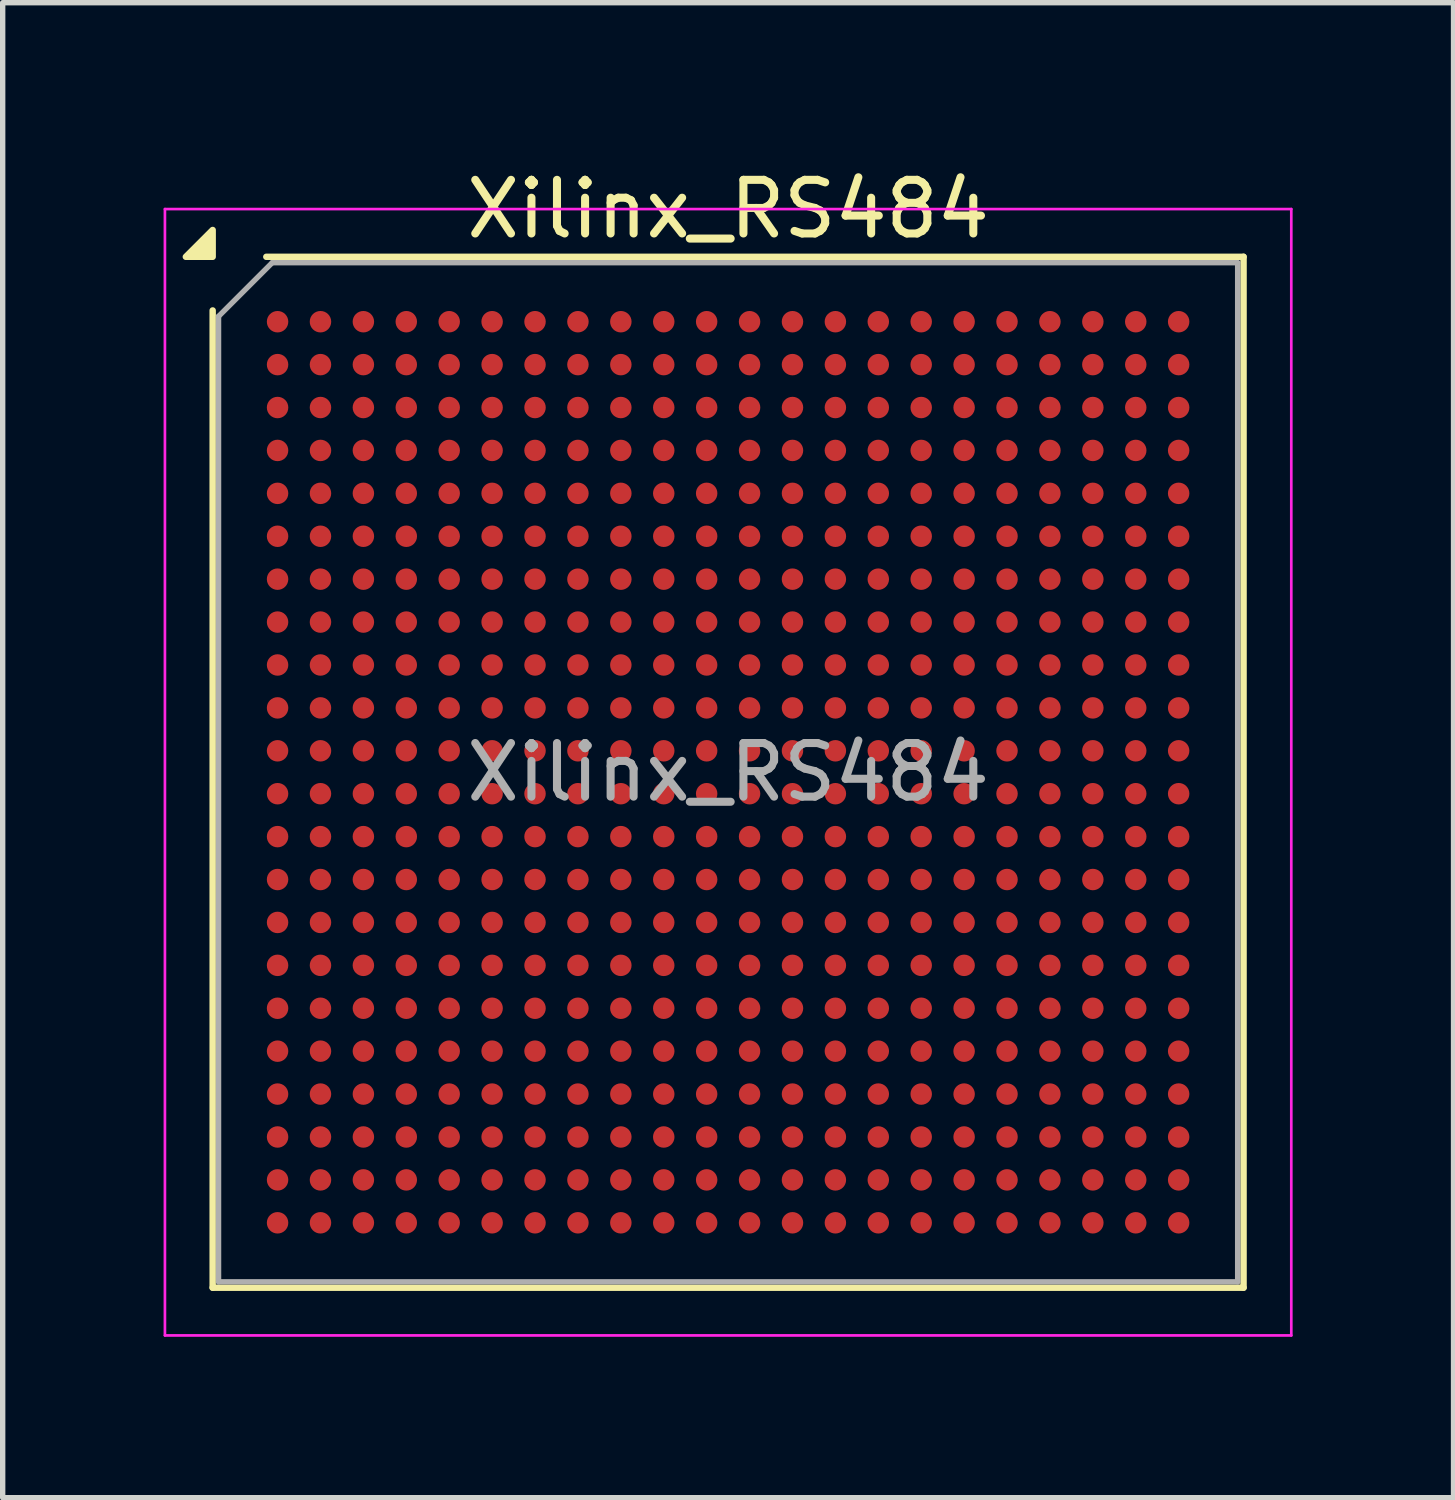
<source format=kicad_pcb>
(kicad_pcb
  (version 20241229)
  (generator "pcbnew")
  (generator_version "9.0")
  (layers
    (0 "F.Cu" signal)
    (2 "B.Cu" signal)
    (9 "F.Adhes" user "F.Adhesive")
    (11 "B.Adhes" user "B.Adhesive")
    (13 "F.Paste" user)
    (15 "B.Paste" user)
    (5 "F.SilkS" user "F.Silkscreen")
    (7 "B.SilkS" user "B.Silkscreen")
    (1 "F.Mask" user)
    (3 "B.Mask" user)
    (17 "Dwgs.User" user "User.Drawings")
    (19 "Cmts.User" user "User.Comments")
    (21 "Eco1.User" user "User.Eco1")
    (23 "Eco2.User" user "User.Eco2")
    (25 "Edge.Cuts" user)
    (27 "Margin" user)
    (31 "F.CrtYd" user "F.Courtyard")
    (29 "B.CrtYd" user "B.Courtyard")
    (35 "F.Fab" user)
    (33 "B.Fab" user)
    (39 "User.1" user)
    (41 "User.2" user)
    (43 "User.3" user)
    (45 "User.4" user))
  (footprint "Xilinx_RS484"
    (layer "F.Cu")
    (at 10.525 11.348)
    (property "Reference" "Xilinx_RS484" (at 0 -10.5 0) (layer "F.SilkS") (effects (font (size 1 1) (thickness 0.15))))
    (attr smd)
    (fp_line (start -9.61 9.61) (end -9.61 -8.61) (stroke (width 0.12) (type solid)) (layer "F.SilkS"))
    (fp_line (start -8.61 -9.61) (end 9.61 -9.61) (stroke (width 0.12) (type solid)) (layer "F.SilkS"))
    (fp_line (start 9.61 -9.61) (end 9.61 9.61) (stroke (width 0.12) (type solid)) (layer "F.SilkS"))
    (fp_line (start 9.61 9.61) (end -9.61 9.61) (stroke (width 0.12) (type solid)) (layer "F.SilkS"))
    (fp_poly (pts (xy -9.61 -9.61) (xy -10.11 -9.61) (xy -9.61 -10.11)) (stroke (width 0.12) (type solid)) (fill yes) (layer "F.SilkS"))
    (fp_line (start -10.5 -10.5) (end -10.5 10.5) (stroke (width 0.05) (type solid)) (layer "F.CrtYd"))
    (fp_line (start -10.5 10.5) (end 10.5 10.5) (stroke (width 0.05) (type solid)) (layer "F.CrtYd"))
    (fp_line (start 10.5 -10.5) (end -10.5 -10.5) (stroke (width 0.05) (type solid)) (layer "F.CrtYd"))
    (fp_line (start 10.5 10.5) (end 10.5 -10.5) (stroke (width 0.05) (type solid)) (layer "F.CrtYd"))
    (fp_line (start -9.5 -8.5) (end -8.5 -9.5) (stroke (width 0.1) (type solid)) (layer "F.Fab"))
    (fp_line (start -9.5 9.5) (end -9.5 -8.5) (stroke (width 0.1) (type solid)) (layer "F.Fab"))
    (fp_line (start -8.5 -9.5) (end 9.5 -9.5) (stroke (width 0.1) (type solid)) (layer "F.Fab"))
    (fp_line (start 9.5 -9.5) (end 9.5 9.5) (stroke (width 0.1) (type solid)) (layer "F.Fab"))
    (fp_line (start 9.5 9.5) (end -9.5 9.5) (stroke (width 0.1) (type solid)) (layer "F.Fab"))
    (fp_text user "${REFERENCE}" (at 0 0 0) (layer "F.Fab") (effects (font (size 1 1) (thickness 0.15))))
    (pad "A1" smd circle (at -8.4 -8.4) (size 0.4 0.4) (property pad_prop_bga) (layers "F.Cu" "F.Mask" "F.Paste"))
    (pad "A2" smd circle (at -7.6 -8.4) (size 0.4 0.4) (property pad_prop_bga) (layers "F.Cu" "F.Mask" "F.Paste"))
    (pad "A3" smd circle (at -6.8 -8.4) (size 0.4 0.4) (property pad_prop_bga) (layers "F.Cu" "F.Mask" "F.Paste"))
    (pad "A4" smd circle (at -6 -8.4) (size 0.4 0.4) (property pad_prop_bga) (layers "F.Cu" "F.Mask" "F.Paste"))
    (pad "A5" smd circle (at -5.2 -8.4) (size 0.4 0.4) (property pad_prop_bga) (layers "F.Cu" "F.Mask" "F.Paste"))
    (pad "A6" smd circle (at -4.4 -8.4) (size 0.4 0.4) (property pad_prop_bga) (layers "F.Cu" "F.Mask" "F.Paste"))
    (pad "A7" smd circle (at -3.6 -8.4) (size 0.4 0.4) (property pad_prop_bga) (layers "F.Cu" "F.Mask" "F.Paste"))
    (pad "A8" smd circle (at -2.8 -8.4) (size 0.4 0.4) (property pad_prop_bga) (layers "F.Cu" "F.Mask" "F.Paste"))
    (pad "A9" smd circle (at -2 -8.4) (size 0.4 0.4) (property pad_prop_bga) (layers "F.Cu" "F.Mask" "F.Paste"))
    (pad "A10" smd circle (at -1.2 -8.4) (size 0.4 0.4) (property pad_prop_bga) (layers "F.Cu" "F.Mask" "F.Paste"))
    (pad "A11" smd circle (at -0.4 -8.4) (size 0.4 0.4) (property pad_prop_bga) (layers "F.Cu" "F.Mask" "F.Paste"))
    (pad "A12" smd circle (at 0.4 -8.4) (size 0.4 0.4) (property pad_prop_bga) (layers "F.Cu" "F.Mask" "F.Paste"))
    (pad "A13" smd circle (at 1.2 -8.4) (size 0.4 0.4) (property pad_prop_bga) (layers "F.Cu" "F.Mask" "F.Paste"))
    (pad "A14" smd circle (at 2 -8.4) (size 0.4 0.4) (property pad_prop_bga) (layers "F.Cu" "F.Mask" "F.Paste"))
    (pad "A15" smd circle (at 2.8 -8.4) (size 0.4 0.4) (property pad_prop_bga) (layers "F.Cu" "F.Mask" "F.Paste"))
    (pad "A16" smd circle (at 3.6 -8.4) (size 0.4 0.4) (property pad_prop_bga) (layers "F.Cu" "F.Mask" "F.Paste"))
    (pad "A17" smd circle (at 4.4 -8.4) (size 0.4 0.4) (property pad_prop_bga) (layers "F.Cu" "F.Mask" "F.Paste"))
    (pad "A18" smd circle (at 5.2 -8.4) (size 0.4 0.4) (property pad_prop_bga) (layers "F.Cu" "F.Mask" "F.Paste"))
    (pad "A19" smd circle (at 6 -8.4) (size 0.4 0.4) (property pad_prop_bga) (layers "F.Cu" "F.Mask" "F.Paste"))
    (pad "A20" smd circle (at 6.8 -8.4) (size 0.4 0.4) (property pad_prop_bga) (layers "F.Cu" "F.Mask" "F.Paste"))
    (pad "A21" smd circle (at 7.6 -8.4) (size 0.4 0.4) (property pad_prop_bga) (layers "F.Cu" "F.Mask" "F.Paste"))
    (pad "A22" smd circle (at 8.4 -8.4) (size 0.4 0.4) (property pad_prop_bga) (layers "F.Cu" "F.Mask" "F.Paste"))
    (pad "AA1" smd circle (at -8.4 7.6) (size 0.4 0.4) (property pad_prop_bga) (layers "F.Cu" "F.Mask" "F.Paste"))
    (pad "AA2" smd circle (at -7.6 7.6) (size 0.4 0.4) (property pad_prop_bga) (layers "F.Cu" "F.Mask" "F.Paste"))
    (pad "AA3" smd circle (at -6.8 7.6) (size 0.4 0.4) (property pad_prop_bga) (layers "F.Cu" "F.Mask" "F.Paste"))
    (pad "AA4" smd circle (at -6 7.6) (size 0.4 0.4) (property pad_prop_bga) (layers "F.Cu" "F.Mask" "F.Paste"))
    (pad "AA5" smd circle (at -5.2 7.6) (size 0.4 0.4) (property pad_prop_bga) (layers "F.Cu" "F.Mask" "F.Paste"))
    (pad "AA6" smd circle (at -4.4 7.6) (size 0.4 0.4) (property pad_prop_bga) (layers "F.Cu" "F.Mask" "F.Paste"))
    (pad "AA7" smd circle (at -3.6 7.6) (size 0.4 0.4) (property pad_prop_bga) (layers "F.Cu" "F.Mask" "F.Paste"))
    (pad "AA8" smd circle (at -2.8 7.6) (size 0.4 0.4) (property pad_prop_bga) (layers "F.Cu" "F.Mask" "F.Paste"))
    (pad "AA9" smd circle (at -2 7.6) (size 0.4 0.4) (property pad_prop_bga) (layers "F.Cu" "F.Mask" "F.Paste"))
    (pad "AA10" smd circle (at -1.2 7.6) (size 0.4 0.4) (property pad_prop_bga) (layers "F.Cu" "F.Mask" "F.Paste"))
    (pad "AA11" smd circle (at -0.4 7.6) (size 0.4 0.4) (property pad_prop_bga) (layers "F.Cu" "F.Mask" "F.Paste"))
    (pad "AA12" smd circle (at 0.4 7.6) (size 0.4 0.4) (property pad_prop_bga) (layers "F.Cu" "F.Mask" "F.Paste"))
    (pad "AA13" smd circle (at 1.2 7.6) (size 0.4 0.4) (property pad_prop_bga) (layers "F.Cu" "F.Mask" "F.Paste"))
    (pad "AA14" smd circle (at 2 7.6) (size 0.4 0.4) (property pad_prop_bga) (layers "F.Cu" "F.Mask" "F.Paste"))
    (pad "AA15" smd circle (at 2.8 7.6) (size 0.4 0.4) (property pad_prop_bga) (layers "F.Cu" "F.Mask" "F.Paste"))
    (pad "AA16" smd circle (at 3.6 7.6) (size 0.4 0.4) (property pad_prop_bga) (layers "F.Cu" "F.Mask" "F.Paste"))
    (pad "AA17" smd circle (at 4.4 7.6) (size 0.4 0.4) (property pad_prop_bga) (layers "F.Cu" "F.Mask" "F.Paste"))
    (pad "AA18" smd circle (at 5.2 7.6) (size 0.4 0.4) (property pad_prop_bga) (layers "F.Cu" "F.Mask" "F.Paste"))
    (pad "AA19" smd circle (at 6 7.6) (size 0.4 0.4) (property pad_prop_bga) (layers "F.Cu" "F.Mask" "F.Paste"))
    (pad "AA20" smd circle (at 6.8 7.6) (size 0.4 0.4) (property pad_prop_bga) (layers "F.Cu" "F.Mask" "F.Paste"))
    (pad "AA21" smd circle (at 7.6 7.6) (size 0.4 0.4) (property pad_prop_bga) (layers "F.Cu" "F.Mask" "F.Paste"))
    (pad "AA22" smd circle (at 8.4 7.6) (size 0.4 0.4) (property pad_prop_bga) (layers "F.Cu" "F.Mask" "F.Paste"))
    (pad "AB1" smd circle (at -8.4 8.4) (size 0.4 0.4) (property pad_prop_bga) (layers "F.Cu" "F.Mask" "F.Paste"))
    (pad "AB2" smd circle (at -7.6 8.4) (size 0.4 0.4) (property pad_prop_bga) (layers "F.Cu" "F.Mask" "F.Paste"))
    (pad "AB3" smd circle (at -6.8 8.4) (size 0.4 0.4) (property pad_prop_bga) (layers "F.Cu" "F.Mask" "F.Paste"))
    (pad "AB4" smd circle (at -6 8.4) (size 0.4 0.4) (property pad_prop_bga) (layers "F.Cu" "F.Mask" "F.Paste"))
    (pad "AB5" smd circle (at -5.2 8.4) (size 0.4 0.4) (property pad_prop_bga) (layers "F.Cu" "F.Mask" "F.Paste"))
    (pad "AB6" smd circle (at -4.4 8.4) (size 0.4 0.4) (property pad_prop_bga) (layers "F.Cu" "F.Mask" "F.Paste"))
    (pad "AB7" smd circle (at -3.6 8.4) (size 0.4 0.4) (property pad_prop_bga) (layers "F.Cu" "F.Mask" "F.Paste"))
    (pad "AB8" smd circle (at -2.8 8.4) (size 0.4 0.4) (property pad_prop_bga) (layers "F.Cu" "F.Mask" "F.Paste"))
    (pad "AB9" smd circle (at -2 8.4) (size 0.4 0.4) (property pad_prop_bga) (layers "F.Cu" "F.Mask" "F.Paste"))
    (pad "AB10" smd circle (at -1.2 8.4) (size 0.4 0.4) (property pad_prop_bga) (layers "F.Cu" "F.Mask" "F.Paste"))
    (pad "AB11" smd circle (at -0.4 8.4) (size 0.4 0.4) (property pad_prop_bga) (layers "F.Cu" "F.Mask" "F.Paste"))
    (pad "AB12" smd circle (at 0.4 8.4) (size 0.4 0.4) (property pad_prop_bga) (layers "F.Cu" "F.Mask" "F.Paste"))
    (pad "AB13" smd circle (at 1.2 8.4) (size 0.4 0.4) (property pad_prop_bga) (layers "F.Cu" "F.Mask" "F.Paste"))
    (pad "AB14" smd circle (at 2 8.4) (size 0.4 0.4) (property pad_prop_bga) (layers "F.Cu" "F.Mask" "F.Paste"))
    (pad "AB15" smd circle (at 2.8 8.4) (size 0.4 0.4) (property pad_prop_bga) (layers "F.Cu" "F.Mask" "F.Paste"))
    (pad "AB16" smd circle (at 3.6 8.4) (size 0.4 0.4) (property pad_prop_bga) (layers "F.Cu" "F.Mask" "F.Paste"))
    (pad "AB17" smd circle (at 4.4 8.4) (size 0.4 0.4) (property pad_prop_bga) (layers "F.Cu" "F.Mask" "F.Paste"))
    (pad "AB18" smd circle (at 5.2 8.4) (size 0.4 0.4) (property pad_prop_bga) (layers "F.Cu" "F.Mask" "F.Paste"))
    (pad "AB19" smd circle (at 6 8.4) (size 0.4 0.4) (property pad_prop_bga) (layers "F.Cu" "F.Mask" "F.Paste"))
    (pad "AB20" smd circle (at 6.8 8.4) (size 0.4 0.4) (property pad_prop_bga) (layers "F.Cu" "F.Mask" "F.Paste"))
    (pad "AB21" smd circle (at 7.6 8.4) (size 0.4 0.4) (property pad_prop_bga) (layers "F.Cu" "F.Mask" "F.Paste"))
    (pad "AB22" smd circle (at 8.4 8.4) (size 0.4 0.4) (property pad_prop_bga) (layers "F.Cu" "F.Mask" "F.Paste"))
    (pad "B1" smd circle (at -8.4 -7.6) (size 0.4 0.4) (property pad_prop_bga) (layers "F.Cu" "F.Mask" "F.Paste"))
    (pad "B2" smd circle (at -7.6 -7.6) (size 0.4 0.4) (property pad_prop_bga) (layers "F.Cu" "F.Mask" "F.Paste"))
    (pad "B3" smd circle (at -6.8 -7.6) (size 0.4 0.4) (property pad_prop_bga) (layers "F.Cu" "F.Mask" "F.Paste"))
    (pad "B4" smd circle (at -6 -7.6) (size 0.4 0.4) (property pad_prop_bga) (layers "F.Cu" "F.Mask" "F.Paste"))
    (pad "B5" smd circle (at -5.2 -7.6) (size 0.4 0.4) (property pad_prop_bga) (layers "F.Cu" "F.Mask" "F.Paste"))
    (pad "B6" smd circle (at -4.4 -7.6) (size 0.4 0.4) (property pad_prop_bga) (layers "F.Cu" "F.Mask" "F.Paste"))
    (pad "B7" smd circle (at -3.6 -7.6) (size 0.4 0.4) (property pad_prop_bga) (layers "F.Cu" "F.Mask" "F.Paste"))
    (pad "B8" smd circle (at -2.8 -7.6) (size 0.4 0.4) (property pad_prop_bga) (layers "F.Cu" "F.Mask" "F.Paste"))
    (pad "B9" smd circle (at -2 -7.6) (size 0.4 0.4) (property pad_prop_bga) (layers "F.Cu" "F.Mask" "F.Paste"))
    (pad "B10" smd circle (at -1.2 -7.6) (size 0.4 0.4) (property pad_prop_bga) (layers "F.Cu" "F.Mask" "F.Paste"))
    (pad "B11" smd circle (at -0.4 -7.6) (size 0.4 0.4) (property pad_prop_bga) (layers "F.Cu" "F.Mask" "F.Paste"))
    (pad "B12" smd circle (at 0.4 -7.6) (size 0.4 0.4) (property pad_prop_bga) (layers "F.Cu" "F.Mask" "F.Paste"))
    (pad "B13" smd circle (at 1.2 -7.6) (size 0.4 0.4) (property pad_prop_bga) (layers "F.Cu" "F.Mask" "F.Paste"))
    (pad "B14" smd circle (at 2 -7.6) (size 0.4 0.4) (property pad_prop_bga) (layers "F.Cu" "F.Mask" "F.Paste"))
    (pad "B15" smd circle (at 2.8 -7.6) (size 0.4 0.4) (property pad_prop_bga) (layers "F.Cu" "F.Mask" "F.Paste"))
    (pad "B16" smd circle (at 3.6 -7.6) (size 0.4 0.4) (property pad_prop_bga) (layers "F.Cu" "F.Mask" "F.Paste"))
    (pad "B17" smd circle (at 4.4 -7.6) (size 0.4 0.4) (property pad_prop_bga) (layers "F.Cu" "F.Mask" "F.Paste"))
    (pad "B18" smd circle (at 5.2 -7.6) (size 0.4 0.4) (property pad_prop_bga) (layers "F.Cu" "F.Mask" "F.Paste"))
    (pad "B19" smd circle (at 6 -7.6) (size 0.4 0.4) (property pad_prop_bga) (layers "F.Cu" "F.Mask" "F.Paste"))
    (pad "B20" smd circle (at 6.8 -7.6) (size 0.4 0.4) (property pad_prop_bga) (layers "F.Cu" "F.Mask" "F.Paste"))
    (pad "B21" smd circle (at 7.6 -7.6) (size 0.4 0.4) (property pad_prop_bga) (layers "F.Cu" "F.Mask" "F.Paste"))
    (pad "B22" smd circle (at 8.4 -7.6) (size 0.4 0.4) (property pad_prop_bga) (layers "F.Cu" "F.Mask" "F.Paste"))
    (pad "C1" smd circle (at -8.4 -6.8) (size 0.4 0.4) (property pad_prop_bga) (layers "F.Cu" "F.Mask" "F.Paste"))
    (pad "C2" smd circle (at -7.6 -6.8) (size 0.4 0.4) (property pad_prop_bga) (layers "F.Cu" "F.Mask" "F.Paste"))
    (pad "C3" smd circle (at -6.8 -6.8) (size 0.4 0.4) (property pad_prop_bga) (layers "F.Cu" "F.Mask" "F.Paste"))
    (pad "C4" smd circle (at -6 -6.8) (size 0.4 0.4) (property pad_prop_bga) (layers "F.Cu" "F.Mask" "F.Paste"))
    (pad "C5" smd circle (at -5.2 -6.8) (size 0.4 0.4) (property pad_prop_bga) (layers "F.Cu" "F.Mask" "F.Paste"))
    (pad "C6" smd circle (at -4.4 -6.8) (size 0.4 0.4) (property pad_prop_bga) (layers "F.Cu" "F.Mask" "F.Paste"))
    (pad "C7" smd circle (at -3.6 -6.8) (size 0.4 0.4) (property pad_prop_bga) (layers "F.Cu" "F.Mask" "F.Paste"))
    (pad "C8" smd circle (at -2.8 -6.8) (size 0.4 0.4) (property pad_prop_bga) (layers "F.Cu" "F.Mask" "F.Paste"))
    (pad "C9" smd circle (at -2 -6.8) (size 0.4 0.4) (property pad_prop_bga) (layers "F.Cu" "F.Mask" "F.Paste"))
    (pad "C10" smd circle (at -1.2 -6.8) (size 0.4 0.4) (property pad_prop_bga) (layers "F.Cu" "F.Mask" "F.Paste"))
    (pad "C11" smd circle (at -0.4 -6.8) (size 0.4 0.4) (property pad_prop_bga) (layers "F.Cu" "F.Mask" "F.Paste"))
    (pad "C12" smd circle (at 0.4 -6.8) (size 0.4 0.4) (property pad_prop_bga) (layers "F.Cu" "F.Mask" "F.Paste"))
    (pad "C13" smd circle (at 1.2 -6.8) (size 0.4 0.4) (property pad_prop_bga) (layers "F.Cu" "F.Mask" "F.Paste"))
    (pad "C14" smd circle (at 2 -6.8) (size 0.4 0.4) (property pad_prop_bga) (layers "F.Cu" "F.Mask" "F.Paste"))
    (pad "C15" smd circle (at 2.8 -6.8) (size 0.4 0.4) (property pad_prop_bga) (layers "F.Cu" "F.Mask" "F.Paste"))
    (pad "C16" smd circle (at 3.6 -6.8) (size 0.4 0.4) (property pad_prop_bga) (layers "F.Cu" "F.Mask" "F.Paste"))
    (pad "C17" smd circle (at 4.4 -6.8) (size 0.4 0.4) (property pad_prop_bga) (layers "F.Cu" "F.Mask" "F.Paste"))
    (pad "C18" smd circle (at 5.2 -6.8) (size 0.4 0.4) (property pad_prop_bga) (layers "F.Cu" "F.Mask" "F.Paste"))
    (pad "C19" smd circle (at 6 -6.8) (size 0.4 0.4) (property pad_prop_bga) (layers "F.Cu" "F.Mask" "F.Paste"))
    (pad "C20" smd circle (at 6.8 -6.8) (size 0.4 0.4) (property pad_prop_bga) (layers "F.Cu" "F.Mask" "F.Paste"))
    (pad "C21" smd circle (at 7.6 -6.8) (size 0.4 0.4) (property pad_prop_bga) (layers "F.Cu" "F.Mask" "F.Paste"))
    (pad "C22" smd circle (at 8.4 -6.8) (size 0.4 0.4) (property pad_prop_bga) (layers "F.Cu" "F.Mask" "F.Paste"))
    (pad "D1" smd circle (at -8.4 -6) (size 0.4 0.4) (property pad_prop_bga) (layers "F.Cu" "F.Mask" "F.Paste"))
    (pad "D2" smd circle (at -7.6 -6) (size 0.4 0.4) (property pad_prop_bga) (layers "F.Cu" "F.Mask" "F.Paste"))
    (pad "D3" smd circle (at -6.8 -6) (size 0.4 0.4) (property pad_prop_bga) (layers "F.Cu" "F.Mask" "F.Paste"))
    (pad "D4" smd circle (at -6 -6) (size 0.4 0.4) (property pad_prop_bga) (layers "F.Cu" "F.Mask" "F.Paste"))
    (pad "D5" smd circle (at -5.2 -6) (size 0.4 0.4) (property pad_prop_bga) (layers "F.Cu" "F.Mask" "F.Paste"))
    (pad "D6" smd circle (at -4.4 -6) (size 0.4 0.4) (property pad_prop_bga) (layers "F.Cu" "F.Mask" "F.Paste"))
    (pad "D7" smd circle (at -3.6 -6) (size 0.4 0.4) (property pad_prop_bga) (layers "F.Cu" "F.Mask" "F.Paste"))
    (pad "D8" smd circle (at -2.8 -6) (size 0.4 0.4) (property pad_prop_bga) (layers "F.Cu" "F.Mask" "F.Paste"))
    (pad "D9" smd circle (at -2 -6) (size 0.4 0.4) (property pad_prop_bga) (layers "F.Cu" "F.Mask" "F.Paste"))
    (pad "D10" smd circle (at -1.2 -6) (size 0.4 0.4) (property pad_prop_bga) (layers "F.Cu" "F.Mask" "F.Paste"))
    (pad "D11" smd circle (at -0.4 -6) (size 0.4 0.4) (property pad_prop_bga) (layers "F.Cu" "F.Mask" "F.Paste"))
    (pad "D12" smd circle (at 0.4 -6) (size 0.4 0.4) (property pad_prop_bga) (layers "F.Cu" "F.Mask" "F.Paste"))
    (pad "D13" smd circle (at 1.2 -6) (size 0.4 0.4) (property pad_prop_bga) (layers "F.Cu" "F.Mask" "F.Paste"))
    (pad "D14" smd circle (at 2 -6) (size 0.4 0.4) (property pad_prop_bga) (layers "F.Cu" "F.Mask" "F.Paste"))
    (pad "D15" smd circle (at 2.8 -6) (size 0.4 0.4) (property pad_prop_bga) (layers "F.Cu" "F.Mask" "F.Paste"))
    (pad "D16" smd circle (at 3.6 -6) (size 0.4 0.4) (property pad_prop_bga) (layers "F.Cu" "F.Mask" "F.Paste"))
    (pad "D17" smd circle (at 4.4 -6) (size 0.4 0.4) (property pad_prop_bga) (layers "F.Cu" "F.Mask" "F.Paste"))
    (pad "D18" smd circle (at 5.2 -6) (size 0.4 0.4) (property pad_prop_bga) (layers "F.Cu" "F.Mask" "F.Paste"))
    (pad "D19" smd circle (at 6 -6) (size 0.4 0.4) (property pad_prop_bga) (layers "F.Cu" "F.Mask" "F.Paste"))
    (pad "D20" smd circle (at 6.8 -6) (size 0.4 0.4) (property pad_prop_bga) (layers "F.Cu" "F.Mask" "F.Paste"))
    (pad "D21" smd circle (at 7.6 -6) (size 0.4 0.4) (property pad_prop_bga) (layers "F.Cu" "F.Mask" "F.Paste"))
    (pad "D22" smd circle (at 8.4 -6) (size 0.4 0.4) (property pad_prop_bga) (layers "F.Cu" "F.Mask" "F.Paste"))
    (pad "E1" smd circle (at -8.4 -5.2) (size 0.4 0.4) (property pad_prop_bga) (layers "F.Cu" "F.Mask" "F.Paste"))
    (pad "E2" smd circle (at -7.6 -5.2) (size 0.4 0.4) (property pad_prop_bga) (layers "F.Cu" "F.Mask" "F.Paste"))
    (pad "E3" smd circle (at -6.8 -5.2) (size 0.4 0.4) (property pad_prop_bga) (layers "F.Cu" "F.Mask" "F.Paste"))
    (pad "E4" smd circle (at -6 -5.2) (size 0.4 0.4) (property pad_prop_bga) (layers "F.Cu" "F.Mask" "F.Paste"))
    (pad "E5" smd circle (at -5.2 -5.2) (size 0.4 0.4) (property pad_prop_bga) (layers "F.Cu" "F.Mask" "F.Paste"))
    (pad "E6" smd circle (at -4.4 -5.2) (size 0.4 0.4) (property pad_prop_bga) (layers "F.Cu" "F.Mask" "F.Paste"))
    (pad "E7" smd circle (at -3.6 -5.2) (size 0.4 0.4) (property pad_prop_bga) (layers "F.Cu" "F.Mask" "F.Paste"))
    (pad "E8" smd circle (at -2.8 -5.2) (size 0.4 0.4) (property pad_prop_bga) (layers "F.Cu" "F.Mask" "F.Paste"))
    (pad "E9" smd circle (at -2 -5.2) (size 0.4 0.4) (property pad_prop_bga) (layers "F.Cu" "F.Mask" "F.Paste"))
    (pad "E10" smd circle (at -1.2 -5.2) (size 0.4 0.4) (property pad_prop_bga) (layers "F.Cu" "F.Mask" "F.Paste"))
    (pad "E11" smd circle (at -0.4 -5.2) (size 0.4 0.4) (property pad_prop_bga) (layers "F.Cu" "F.Mask" "F.Paste"))
    (pad "E12" smd circle (at 0.4 -5.2) (size 0.4 0.4) (property pad_prop_bga) (layers "F.Cu" "F.Mask" "F.Paste"))
    (pad "E13" smd circle (at 1.2 -5.2) (size 0.4 0.4) (property pad_prop_bga) (layers "F.Cu" "F.Mask" "F.Paste"))
    (pad "E14" smd circle (at 2 -5.2) (size 0.4 0.4) (property pad_prop_bga) (layers "F.Cu" "F.Mask" "F.Paste"))
    (pad "E15" smd circle (at 2.8 -5.2) (size 0.4 0.4) (property pad_prop_bga) (layers "F.Cu" "F.Mask" "F.Paste"))
    (pad "E16" smd circle (at 3.6 -5.2) (size 0.4 0.4) (property pad_prop_bga) (layers "F.Cu" "F.Mask" "F.Paste"))
    (pad "E17" smd circle (at 4.4 -5.2) (size 0.4 0.4) (property pad_prop_bga) (layers "F.Cu" "F.Mask" "F.Paste"))
    (pad "E18" smd circle (at 5.2 -5.2) (size 0.4 0.4) (property pad_prop_bga) (layers "F.Cu" "F.Mask" "F.Paste"))
    (pad "E19" smd circle (at 6 -5.2) (size 0.4 0.4) (property pad_prop_bga) (layers "F.Cu" "F.Mask" "F.Paste"))
    (pad "E20" smd circle (at 6.8 -5.2) (size 0.4 0.4) (property pad_prop_bga) (layers "F.Cu" "F.Mask" "F.Paste"))
    (pad "E21" smd circle (at 7.6 -5.2) (size 0.4 0.4) (property pad_prop_bga) (layers "F.Cu" "F.Mask" "F.Paste"))
    (pad "E22" smd circle (at 8.4 -5.2) (size 0.4 0.4) (property pad_prop_bga) (layers "F.Cu" "F.Mask" "F.Paste"))
    (pad "F1" smd circle (at -8.4 -4.4) (size 0.4 0.4) (property pad_prop_bga) (layers "F.Cu" "F.Mask" "F.Paste"))
    (pad "F2" smd circle (at -7.6 -4.4) (size 0.4 0.4) (property pad_prop_bga) (layers "F.Cu" "F.Mask" "F.Paste"))
    (pad "F3" smd circle (at -6.8 -4.4) (size 0.4 0.4) (property pad_prop_bga) (layers "F.Cu" "F.Mask" "F.Paste"))
    (pad "F4" smd circle (at -6 -4.4) (size 0.4 0.4) (property pad_prop_bga) (layers "F.Cu" "F.Mask" "F.Paste"))
    (pad "F5" smd circle (at -5.2 -4.4) (size 0.4 0.4) (property pad_prop_bga) (layers "F.Cu" "F.Mask" "F.Paste"))
    (pad "F6" smd circle (at -4.4 -4.4) (size 0.4 0.4) (property pad_prop_bga) (layers "F.Cu" "F.Mask" "F.Paste"))
    (pad "F7" smd circle (at -3.6 -4.4) (size 0.4 0.4) (property pad_prop_bga) (layers "F.Cu" "F.Mask" "F.Paste"))
    (pad "F8" smd circle (at -2.8 -4.4) (size 0.4 0.4) (property pad_prop_bga) (layers "F.Cu" "F.Mask" "F.Paste"))
    (pad "F9" smd circle (at -2 -4.4) (size 0.4 0.4) (property pad_prop_bga) (layers "F.Cu" "F.Mask" "F.Paste"))
    (pad "F10" smd circle (at -1.2 -4.4) (size 0.4 0.4) (property pad_prop_bga) (layers "F.Cu" "F.Mask" "F.Paste"))
    (pad "F11" smd circle (at -0.4 -4.4) (size 0.4 0.4) (property pad_prop_bga) (layers "F.Cu" "F.Mask" "F.Paste"))
    (pad "F12" smd circle (at 0.4 -4.4) (size 0.4 0.4) (property pad_prop_bga) (layers "F.Cu" "F.Mask" "F.Paste"))
    (pad "F13" smd circle (at 1.2 -4.4) (size 0.4 0.4) (property pad_prop_bga) (layers "F.Cu" "F.Mask" "F.Paste"))
    (pad "F14" smd circle (at 2 -4.4) (size 0.4 0.4) (property pad_prop_bga) (layers "F.Cu" "F.Mask" "F.Paste"))
    (pad "F15" smd circle (at 2.8 -4.4) (size 0.4 0.4) (property pad_prop_bga) (layers "F.Cu" "F.Mask" "F.Paste"))
    (pad "F16" smd circle (at 3.6 -4.4) (size 0.4 0.4) (property pad_prop_bga) (layers "F.Cu" "F.Mask" "F.Paste"))
    (pad "F17" smd circle (at 4.4 -4.4) (size 0.4 0.4) (property pad_prop_bga) (layers "F.Cu" "F.Mask" "F.Paste"))
    (pad "F18" smd circle (at 5.2 -4.4) (size 0.4 0.4) (property pad_prop_bga) (layers "F.Cu" "F.Mask" "F.Paste"))
    (pad "F19" smd circle (at 6 -4.4) (size 0.4 0.4) (property pad_prop_bga) (layers "F.Cu" "F.Mask" "F.Paste"))
    (pad "F20" smd circle (at 6.8 -4.4) (size 0.4 0.4) (property pad_prop_bga) (layers "F.Cu" "F.Mask" "F.Paste"))
    (pad "F21" smd circle (at 7.6 -4.4) (size 0.4 0.4) (property pad_prop_bga) (layers "F.Cu" "F.Mask" "F.Paste"))
    (pad "F22" smd circle (at 8.4 -4.4) (size 0.4 0.4) (property pad_prop_bga) (layers "F.Cu" "F.Mask" "F.Paste"))
    (pad "G1" smd circle (at -8.4 -3.6) (size 0.4 0.4) (property pad_prop_bga) (layers "F.Cu" "F.Mask" "F.Paste"))
    (pad "G2" smd circle (at -7.6 -3.6) (size 0.4 0.4) (property pad_prop_bga) (layers "F.Cu" "F.Mask" "F.Paste"))
    (pad "G3" smd circle (at -6.8 -3.6) (size 0.4 0.4) (property pad_prop_bga) (layers "F.Cu" "F.Mask" "F.Paste"))
    (pad "G4" smd circle (at -6 -3.6) (size 0.4 0.4) (property pad_prop_bga) (layers "F.Cu" "F.Mask" "F.Paste"))
    (pad "G5" smd circle (at -5.2 -3.6) (size 0.4 0.4) (property pad_prop_bga) (layers "F.Cu" "F.Mask" "F.Paste"))
    (pad "G6" smd circle (at -4.4 -3.6) (size 0.4 0.4) (property pad_prop_bga) (layers "F.Cu" "F.Mask" "F.Paste"))
    (pad "G7" smd circle (at -3.6 -3.6) (size 0.4 0.4) (property pad_prop_bga) (layers "F.Cu" "F.Mask" "F.Paste"))
    (pad "G8" smd circle (at -2.8 -3.6) (size 0.4 0.4) (property pad_prop_bga) (layers "F.Cu" "F.Mask" "F.Paste"))
    (pad "G9" smd circle (at -2 -3.6) (size 0.4 0.4) (property pad_prop_bga) (layers "F.Cu" "F.Mask" "F.Paste"))
    (pad "G10" smd circle (at -1.2 -3.6) (size 0.4 0.4) (property pad_prop_bga) (layers "F.Cu" "F.Mask" "F.Paste"))
    (pad "G11" smd circle (at -0.4 -3.6) (size 0.4 0.4) (property pad_prop_bga) (layers "F.Cu" "F.Mask" "F.Paste"))
    (pad "G12" smd circle (at 0.4 -3.6) (size 0.4 0.4) (property pad_prop_bga) (layers "F.Cu" "F.Mask" "F.Paste"))
    (pad "G13" smd circle (at 1.2 -3.6) (size 0.4 0.4) (property pad_prop_bga) (layers "F.Cu" "F.Mask" "F.Paste"))
    (pad "G14" smd circle (at 2 -3.6) (size 0.4 0.4) (property pad_prop_bga) (layers "F.Cu" "F.Mask" "F.Paste"))
    (pad "G15" smd circle (at 2.8 -3.6) (size 0.4 0.4) (property pad_prop_bga) (layers "F.Cu" "F.Mask" "F.Paste"))
    (pad "G16" smd circle (at 3.6 -3.6) (size 0.4 0.4) (property pad_prop_bga) (layers "F.Cu" "F.Mask" "F.Paste"))
    (pad "G17" smd circle (at 4.4 -3.6) (size 0.4 0.4) (property pad_prop_bga) (layers "F.Cu" "F.Mask" "F.Paste"))
    (pad "G18" smd circle (at 5.2 -3.6) (size 0.4 0.4) (property pad_prop_bga) (layers "F.Cu" "F.Mask" "F.Paste"))
    (pad "G19" smd circle (at 6 -3.6) (size 0.4 0.4) (property pad_prop_bga) (layers "F.Cu" "F.Mask" "F.Paste"))
    (pad "G20" smd circle (at 6.8 -3.6) (size 0.4 0.4) (property pad_prop_bga) (layers "F.Cu" "F.Mask" "F.Paste"))
    (pad "G21" smd circle (at 7.6 -3.6) (size 0.4 0.4) (property pad_prop_bga) (layers "F.Cu" "F.Mask" "F.Paste"))
    (pad "G22" smd circle (at 8.4 -3.6) (size 0.4 0.4) (property pad_prop_bga) (layers "F.Cu" "F.Mask" "F.Paste"))
    (pad "H1" smd circle (at -8.4 -2.8) (size 0.4 0.4) (property pad_prop_bga) (layers "F.Cu" "F.Mask" "F.Paste"))
    (pad "H2" smd circle (at -7.6 -2.8) (size 0.4 0.4) (property pad_prop_bga) (layers "F.Cu" "F.Mask" "F.Paste"))
    (pad "H3" smd circle (at -6.8 -2.8) (size 0.4 0.4) (property pad_prop_bga) (layers "F.Cu" "F.Mask" "F.Paste"))
    (pad "H4" smd circle (at -6 -2.8) (size 0.4 0.4) (property pad_prop_bga) (layers "F.Cu" "F.Mask" "F.Paste"))
    (pad "H5" smd circle (at -5.2 -2.8) (size 0.4 0.4) (property pad_prop_bga) (layers "F.Cu" "F.Mask" "F.Paste"))
    (pad "H6" smd circle (at -4.4 -2.8) (size 0.4 0.4) (property pad_prop_bga) (layers "F.Cu" "F.Mask" "F.Paste"))
    (pad "H7" smd circle (at -3.6 -2.8) (size 0.4 0.4) (property pad_prop_bga) (layers "F.Cu" "F.Mask" "F.Paste"))
    (pad "H8" smd circle (at -2.8 -2.8) (size 0.4 0.4) (property pad_prop_bga) (layers "F.Cu" "F.Mask" "F.Paste"))
    (pad "H9" smd circle (at -2 -2.8) (size 0.4 0.4) (property pad_prop_bga) (layers "F.Cu" "F.Mask" "F.Paste"))
    (pad "H10" smd circle (at -1.2 -2.8) (size 0.4 0.4) (property pad_prop_bga) (layers "F.Cu" "F.Mask" "F.Paste"))
    (pad "H11" smd circle (at -0.4 -2.8) (size 0.4 0.4) (property pad_prop_bga) (layers "F.Cu" "F.Mask" "F.Paste"))
    (pad "H12" smd circle (at 0.4 -2.8) (size 0.4 0.4) (property pad_prop_bga) (layers "F.Cu" "F.Mask" "F.Paste"))
    (pad "H13" smd circle (at 1.2 -2.8) (size 0.4 0.4) (property pad_prop_bga) (layers "F.Cu" "F.Mask" "F.Paste"))
    (pad "H14" smd circle (at 2 -2.8) (size 0.4 0.4) (property pad_prop_bga) (layers "F.Cu" "F.Mask" "F.Paste"))
    (pad "H15" smd circle (at 2.8 -2.8) (size 0.4 0.4) (property pad_prop_bga) (layers "F.Cu" "F.Mask" "F.Paste"))
    (pad "H16" smd circle (at 3.6 -2.8) (size 0.4 0.4) (property pad_prop_bga) (layers "F.Cu" "F.Mask" "F.Paste"))
    (pad "H17" smd circle (at 4.4 -2.8) (size 0.4 0.4) (property pad_prop_bga) (layers "F.Cu" "F.Mask" "F.Paste"))
    (pad "H18" smd circle (at 5.2 -2.8) (size 0.4 0.4) (property pad_prop_bga) (layers "F.Cu" "F.Mask" "F.Paste"))
    (pad "H19" smd circle (at 6 -2.8) (size 0.4 0.4) (property pad_prop_bga) (layers "F.Cu" "F.Mask" "F.Paste"))
    (pad "H20" smd circle (at 6.8 -2.8) (size 0.4 0.4) (property pad_prop_bga) (layers "F.Cu" "F.Mask" "F.Paste"))
    (pad "H21" smd circle (at 7.6 -2.8) (size 0.4 0.4) (property pad_prop_bga) (layers "F.Cu" "F.Mask" "F.Paste"))
    (pad "H22" smd circle (at 8.4 -2.8) (size 0.4 0.4) (property pad_prop_bga) (layers "F.Cu" "F.Mask" "F.Paste"))
    (pad "J1" smd circle (at -8.4 -2) (size 0.4 0.4) (property pad_prop_bga) (layers "F.Cu" "F.Mask" "F.Paste"))
    (pad "J2" smd circle (at -7.6 -2) (size 0.4 0.4) (property pad_prop_bga) (layers "F.Cu" "F.Mask" "F.Paste"))
    (pad "J3" smd circle (at -6.8 -2) (size 0.4 0.4) (property pad_prop_bga) (layers "F.Cu" "F.Mask" "F.Paste"))
    (pad "J4" smd circle (at -6 -2) (size 0.4 0.4) (property pad_prop_bga) (layers "F.Cu" "F.Mask" "F.Paste"))
    (pad "J5" smd circle (at -5.2 -2) (size 0.4 0.4) (property pad_prop_bga) (layers "F.Cu" "F.Mask" "F.Paste"))
    (pad "J6" smd circle (at -4.4 -2) (size 0.4 0.4) (property pad_prop_bga) (layers "F.Cu" "F.Mask" "F.Paste"))
    (pad "J7" smd circle (at -3.6 -2) (size 0.4 0.4) (property pad_prop_bga) (layers "F.Cu" "F.Mask" "F.Paste"))
    (pad "J8" smd circle (at -2.8 -2) (size 0.4 0.4) (property pad_prop_bga) (layers "F.Cu" "F.Mask" "F.Paste"))
    (pad "J9" smd circle (at -2 -2) (size 0.4 0.4) (property pad_prop_bga) (layers "F.Cu" "F.Mask" "F.Paste"))
    (pad "J10" smd circle (at -1.2 -2) (size 0.4 0.4) (property pad_prop_bga) (layers "F.Cu" "F.Mask" "F.Paste"))
    (pad "J11" smd circle (at -0.4 -2) (size 0.4 0.4) (property pad_prop_bga) (layers "F.Cu" "F.Mask" "F.Paste"))
    (pad "J12" smd circle (at 0.4 -2) (size 0.4 0.4) (property pad_prop_bga) (layers "F.Cu" "F.Mask" "F.Paste"))
    (pad "J13" smd circle (at 1.2 -2) (size 0.4 0.4) (property pad_prop_bga) (layers "F.Cu" "F.Mask" "F.Paste"))
    (pad "J14" smd circle (at 2 -2) (size 0.4 0.4) (property pad_prop_bga) (layers "F.Cu" "F.Mask" "F.Paste"))
    (pad "J15" smd circle (at 2.8 -2) (size 0.4 0.4) (property pad_prop_bga) (layers "F.Cu" "F.Mask" "F.Paste"))
    (pad "J16" smd circle (at 3.6 -2) (size 0.4 0.4) (property pad_prop_bga) (layers "F.Cu" "F.Mask" "F.Paste"))
    (pad "J17" smd circle (at 4.4 -2) (size 0.4 0.4) (property pad_prop_bga) (layers "F.Cu" "F.Mask" "F.Paste"))
    (pad "J18" smd circle (at 5.2 -2) (size 0.4 0.4) (property pad_prop_bga) (layers "F.Cu" "F.Mask" "F.Paste"))
    (pad "J19" smd circle (at 6 -2) (size 0.4 0.4) (property pad_prop_bga) (layers "F.Cu" "F.Mask" "F.Paste"))
    (pad "J20" smd circle (at 6.8 -2) (size 0.4 0.4) (property pad_prop_bga) (layers "F.Cu" "F.Mask" "F.Paste"))
    (pad "J21" smd circle (at 7.6 -2) (size 0.4 0.4) (property pad_prop_bga) (layers "F.Cu" "F.Mask" "F.Paste"))
    (pad "J22" smd circle (at 8.4 -2) (size 0.4 0.4) (property pad_prop_bga) (layers "F.Cu" "F.Mask" "F.Paste"))
    (pad "K1" smd circle (at -8.4 -1.2) (size 0.4 0.4) (property pad_prop_bga) (layers "F.Cu" "F.Mask" "F.Paste"))
    (pad "K2" smd circle (at -7.6 -1.2) (size 0.4 0.4) (property pad_prop_bga) (layers "F.Cu" "F.Mask" "F.Paste"))
    (pad "K3" smd circle (at -6.8 -1.2) (size 0.4 0.4) (property pad_prop_bga) (layers "F.Cu" "F.Mask" "F.Paste"))
    (pad "K4" smd circle (at -6 -1.2) (size 0.4 0.4) (property pad_prop_bga) (layers "F.Cu" "F.Mask" "F.Paste"))
    (pad "K5" smd circle (at -5.2 -1.2) (size 0.4 0.4) (property pad_prop_bga) (layers "F.Cu" "F.Mask" "F.Paste"))
    (pad "K6" smd circle (at -4.4 -1.2) (size 0.4 0.4) (property pad_prop_bga) (layers "F.Cu" "F.Mask" "F.Paste"))
    (pad "K7" smd circle (at -3.6 -1.2) (size 0.4 0.4) (property pad_prop_bga) (layers "F.Cu" "F.Mask" "F.Paste"))
    (pad "K8" smd circle (at -2.8 -1.2) (size 0.4 0.4) (property pad_prop_bga) (layers "F.Cu" "F.Mask" "F.Paste"))
    (pad "K9" smd circle (at -2 -1.2) (size 0.4 0.4) (property pad_prop_bga) (layers "F.Cu" "F.Mask" "F.Paste"))
    (pad "K10" smd circle (at -1.2 -1.2) (size 0.4 0.4) (property pad_prop_bga) (layers "F.Cu" "F.Mask" "F.Paste"))
    (pad "K11" smd circle (at -0.4 -1.2) (size 0.4 0.4) (property pad_prop_bga) (layers "F.Cu" "F.Mask" "F.Paste"))
    (pad "K12" smd circle (at 0.4 -1.2) (size 0.4 0.4) (property pad_prop_bga) (layers "F.Cu" "F.Mask" "F.Paste"))
    (pad "K13" smd circle (at 1.2 -1.2) (size 0.4 0.4) (property pad_prop_bga) (layers "F.Cu" "F.Mask" "F.Paste"))
    (pad "K14" smd circle (at 2 -1.2) (size 0.4 0.4) (property pad_prop_bga) (layers "F.Cu" "F.Mask" "F.Paste"))
    (pad "K15" smd circle (at 2.8 -1.2) (size 0.4 0.4) (property pad_prop_bga) (layers "F.Cu" "F.Mask" "F.Paste"))
    (pad "K16" smd circle (at 3.6 -1.2) (size 0.4 0.4) (property pad_prop_bga) (layers "F.Cu" "F.Mask" "F.Paste"))
    (pad "K17" smd circle (at 4.4 -1.2) (size 0.4 0.4) (property pad_prop_bga) (layers "F.Cu" "F.Mask" "F.Paste"))
    (pad "K18" smd circle (at 5.2 -1.2) (size 0.4 0.4) (property pad_prop_bga) (layers "F.Cu" "F.Mask" "F.Paste"))
    (pad "K19" smd circle (at 6 -1.2) (size 0.4 0.4) (property pad_prop_bga) (layers "F.Cu" "F.Mask" "F.Paste"))
    (pad "K20" smd circle (at 6.8 -1.2) (size 0.4 0.4) (property pad_prop_bga) (layers "F.Cu" "F.Mask" "F.Paste"))
    (pad "K21" smd circle (at 7.6 -1.2) (size 0.4 0.4) (property pad_prop_bga) (layers "F.Cu" "F.Mask" "F.Paste"))
    (pad "K22" smd circle (at 8.4 -1.2) (size 0.4 0.4) (property pad_prop_bga) (layers "F.Cu" "F.Mask" "F.Paste"))
    (pad "L1" smd circle (at -8.4 -0.4) (size 0.4 0.4) (property pad_prop_bga) (layers "F.Cu" "F.Mask" "F.Paste"))
    (pad "L2" smd circle (at -7.6 -0.4) (size 0.4 0.4) (property pad_prop_bga) (layers "F.Cu" "F.Mask" "F.Paste"))
    (pad "L3" smd circle (at -6.8 -0.4) (size 0.4 0.4) (property pad_prop_bga) (layers "F.Cu" "F.Mask" "F.Paste"))
    (pad "L4" smd circle (at -6 -0.4) (size 0.4 0.4) (property pad_prop_bga) (layers "F.Cu" "F.Mask" "F.Paste"))
    (pad "L5" smd circle (at -5.2 -0.4) (size 0.4 0.4) (property pad_prop_bga) (layers "F.Cu" "F.Mask" "F.Paste"))
    (pad "L6" smd circle (at -4.4 -0.4) (size 0.4 0.4) (property pad_prop_bga) (layers "F.Cu" "F.Mask" "F.Paste"))
    (pad "L7" smd circle (at -3.6 -0.4) (size 0.4 0.4) (property pad_prop_bga) (layers "F.Cu" "F.Mask" "F.Paste"))
    (pad "L8" smd circle (at -2.8 -0.4) (size 0.4 0.4) (property pad_prop_bga) (layers "F.Cu" "F.Mask" "F.Paste"))
    (pad "L9" smd circle (at -2 -0.4) (size 0.4 0.4) (property pad_prop_bga) (layers "F.Cu" "F.Mask" "F.Paste"))
    (pad "L10" smd circle (at -1.2 -0.4) (size 0.4 0.4) (property pad_prop_bga) (layers "F.Cu" "F.Mask" "F.Paste"))
    (pad "L11" smd circle (at -0.4 -0.4) (size 0.4 0.4) (property pad_prop_bga) (layers "F.Cu" "F.Mask" "F.Paste"))
    (pad "L12" smd circle (at 0.4 -0.4) (size 0.4 0.4) (property pad_prop_bga) (layers "F.Cu" "F.Mask" "F.Paste"))
    (pad "L13" smd circle (at 1.2 -0.4) (size 0.4 0.4) (property pad_prop_bga) (layers "F.Cu" "F.Mask" "F.Paste"))
    (pad "L14" smd circle (at 2 -0.4) (size 0.4 0.4) (property pad_prop_bga) (layers "F.Cu" "F.Mask" "F.Paste"))
    (pad "L15" smd circle (at 2.8 -0.4) (size 0.4 0.4) (property pad_prop_bga) (layers "F.Cu" "F.Mask" "F.Paste"))
    (pad "L16" smd circle (at 3.6 -0.4) (size 0.4 0.4) (property pad_prop_bga) (layers "F.Cu" "F.Mask" "F.Paste"))
    (pad "L17" smd circle (at 4.4 -0.4) (size 0.4 0.4) (property pad_prop_bga) (layers "F.Cu" "F.Mask" "F.Paste"))
    (pad "L18" smd circle (at 5.2 -0.4) (size 0.4 0.4) (property pad_prop_bga) (layers "F.Cu" "F.Mask" "F.Paste"))
    (pad "L19" smd circle (at 6 -0.4) (size 0.4 0.4) (property pad_prop_bga) (layers "F.Cu" "F.Mask" "F.Paste"))
    (pad "L20" smd circle (at 6.8 -0.4) (size 0.4 0.4) (property pad_prop_bga) (layers "F.Cu" "F.Mask" "F.Paste"))
    (pad "L21" smd circle (at 7.6 -0.4) (size 0.4 0.4) (property pad_prop_bga) (layers "F.Cu" "F.Mask" "F.Paste"))
    (pad "L22" smd circle (at 8.4 -0.4) (size 0.4 0.4) (property pad_prop_bga) (layers "F.Cu" "F.Mask" "F.Paste"))
    (pad "M1" smd circle (at -8.4 0.4) (size 0.4 0.4) (property pad_prop_bga) (layers "F.Cu" "F.Mask" "F.Paste"))
    (pad "M2" smd circle (at -7.6 0.4) (size 0.4 0.4) (property pad_prop_bga) (layers "F.Cu" "F.Mask" "F.Paste"))
    (pad "M3" smd circle (at -6.8 0.4) (size 0.4 0.4) (property pad_prop_bga) (layers "F.Cu" "F.Mask" "F.Paste"))
    (pad "M4" smd circle (at -6 0.4) (size 0.4 0.4) (property pad_prop_bga) (layers "F.Cu" "F.Mask" "F.Paste"))
    (pad "M5" smd circle (at -5.2 0.4) (size 0.4 0.4) (property pad_prop_bga) (layers "F.Cu" "F.Mask" "F.Paste"))
    (pad "M6" smd circle (at -4.4 0.4) (size 0.4 0.4) (property pad_prop_bga) (layers "F.Cu" "F.Mask" "F.Paste"))
    (pad "M7" smd circle (at -3.6 0.4) (size 0.4 0.4) (property pad_prop_bga) (layers "F.Cu" "F.Mask" "F.Paste"))
    (pad "M8" smd circle (at -2.8 0.4) (size 0.4 0.4) (property pad_prop_bga) (layers "F.Cu" "F.Mask" "F.Paste"))
    (pad "M9" smd circle (at -2 0.4) (size 0.4 0.4) (property pad_prop_bga) (layers "F.Cu" "F.Mask" "F.Paste"))
    (pad "M10" smd circle (at -1.2 0.4) (size 0.4 0.4) (property pad_prop_bga) (layers "F.Cu" "F.Mask" "F.Paste"))
    (pad "M11" smd circle (at -0.4 0.4) (size 0.4 0.4) (property pad_prop_bga) (layers "F.Cu" "F.Mask" "F.Paste"))
    (pad "M12" smd circle (at 0.4 0.4) (size 0.4 0.4) (property pad_prop_bga) (layers "F.Cu" "F.Mask" "F.Paste"))
    (pad "M13" smd circle (at 1.2 0.4) (size 0.4 0.4) (property pad_prop_bga) (layers "F.Cu" "F.Mask" "F.Paste"))
    (pad "M14" smd circle (at 2 0.4) (size 0.4 0.4) (property pad_prop_bga) (layers "F.Cu" "F.Mask" "F.Paste"))
    (pad "M15" smd circle (at 2.8 0.4) (size 0.4 0.4) (property pad_prop_bga) (layers "F.Cu" "F.Mask" "F.Paste"))
    (pad "M16" smd circle (at 3.6 0.4) (size 0.4 0.4) (property pad_prop_bga) (layers "F.Cu" "F.Mask" "F.Paste"))
    (pad "M17" smd circle (at 4.4 0.4) (size 0.4 0.4) (property pad_prop_bga) (layers "F.Cu" "F.Mask" "F.Paste"))
    (pad "M18" smd circle (at 5.2 0.4) (size 0.4 0.4) (property pad_prop_bga) (layers "F.Cu" "F.Mask" "F.Paste"))
    (pad "M19" smd circle (at 6 0.4) (size 0.4 0.4) (property pad_prop_bga) (layers "F.Cu" "F.Mask" "F.Paste"))
    (pad "M20" smd circle (at 6.8 0.4) (size 0.4 0.4) (property pad_prop_bga) (layers "F.Cu" "F.Mask" "F.Paste"))
    (pad "M21" smd circle (at 7.6 0.4) (size 0.4 0.4) (property pad_prop_bga) (layers "F.Cu" "F.Mask" "F.Paste"))
    (pad "M22" smd circle (at 8.4 0.4) (size 0.4 0.4) (property pad_prop_bga) (layers "F.Cu" "F.Mask" "F.Paste"))
    (pad "N1" smd circle (at -8.4 1.2) (size 0.4 0.4) (property pad_prop_bga) (layers "F.Cu" "F.Mask" "F.Paste"))
    (pad "N2" smd circle (at -7.6 1.2) (size 0.4 0.4) (property pad_prop_bga) (layers "F.Cu" "F.Mask" "F.Paste"))
    (pad "N3" smd circle (at -6.8 1.2) (size 0.4 0.4) (property pad_prop_bga) (layers "F.Cu" "F.Mask" "F.Paste"))
    (pad "N4" smd circle (at -6 1.2) (size 0.4 0.4) (property pad_prop_bga) (layers "F.Cu" "F.Mask" "F.Paste"))
    (pad "N5" smd circle (at -5.2 1.2) (size 0.4 0.4) (property pad_prop_bga) (layers "F.Cu" "F.Mask" "F.Paste"))
    (pad "N6" smd circle (at -4.4 1.2) (size 0.4 0.4) (property pad_prop_bga) (layers "F.Cu" "F.Mask" "F.Paste"))
    (pad "N7" smd circle (at -3.6 1.2) (size 0.4 0.4) (property pad_prop_bga) (layers "F.Cu" "F.Mask" "F.Paste"))
    (pad "N8" smd circle (at -2.8 1.2) (size 0.4 0.4) (property pad_prop_bga) (layers "F.Cu" "F.Mask" "F.Paste"))
    (pad "N9" smd circle (at -2 1.2) (size 0.4 0.4) (property pad_prop_bga) (layers "F.Cu" "F.Mask" "F.Paste"))
    (pad "N10" smd circle (at -1.2 1.2) (size 0.4 0.4) (property pad_prop_bga) (layers "F.Cu" "F.Mask" "F.Paste"))
    (pad "N11" smd circle (at -0.4 1.2) (size 0.4 0.4) (property pad_prop_bga) (layers "F.Cu" "F.Mask" "F.Paste"))
    (pad "N12" smd circle (at 0.4 1.2) (size 0.4 0.4) (property pad_prop_bga) (layers "F.Cu" "F.Mask" "F.Paste"))
    (pad "N13" smd circle (at 1.2 1.2) (size 0.4 0.4) (property pad_prop_bga) (layers "F.Cu" "F.Mask" "F.Paste"))
    (pad "N14" smd circle (at 2 1.2) (size 0.4 0.4) (property pad_prop_bga) (layers "F.Cu" "F.Mask" "F.Paste"))
    (pad "N15" smd circle (at 2.8 1.2) (size 0.4 0.4) (property pad_prop_bga) (layers "F.Cu" "F.Mask" "F.Paste"))
    (pad "N16" smd circle (at 3.6 1.2) (size 0.4 0.4) (property pad_prop_bga) (layers "F.Cu" "F.Mask" "F.Paste"))
    (pad "N17" smd circle (at 4.4 1.2) (size 0.4 0.4) (property pad_prop_bga) (layers "F.Cu" "F.Mask" "F.Paste"))
    (pad "N18" smd circle (at 5.2 1.2) (size 0.4 0.4) (property pad_prop_bga) (layers "F.Cu" "F.Mask" "F.Paste"))
    (pad "N19" smd circle (at 6 1.2) (size 0.4 0.4) (property pad_prop_bga) (layers "F.Cu" "F.Mask" "F.Paste"))
    (pad "N20" smd circle (at 6.8 1.2) (size 0.4 0.4) (property pad_prop_bga) (layers "F.Cu" "F.Mask" "F.Paste"))
    (pad "N21" smd circle (at 7.6 1.2) (size 0.4 0.4) (property pad_prop_bga) (layers "F.Cu" "F.Mask" "F.Paste"))
    (pad "N22" smd circle (at 8.4 1.2) (size 0.4 0.4) (property pad_prop_bga) (layers "F.Cu" "F.Mask" "F.Paste"))
    (pad "P1" smd circle (at -8.4 2) (size 0.4 0.4) (property pad_prop_bga) (layers "F.Cu" "F.Mask" "F.Paste"))
    (pad "P2" smd circle (at -7.6 2) (size 0.4 0.4) (property pad_prop_bga) (layers "F.Cu" "F.Mask" "F.Paste"))
    (pad "P3" smd circle (at -6.8 2) (size 0.4 0.4) (property pad_prop_bga) (layers "F.Cu" "F.Mask" "F.Paste"))
    (pad "P4" smd circle (at -6 2) (size 0.4 0.4) (property pad_prop_bga) (layers "F.Cu" "F.Mask" "F.Paste"))
    (pad "P5" smd circle (at -5.2 2) (size 0.4 0.4) (property pad_prop_bga) (layers "F.Cu" "F.Mask" "F.Paste"))
    (pad "P6" smd circle (at -4.4 2) (size 0.4 0.4) (property pad_prop_bga) (layers "F.Cu" "F.Mask" "F.Paste"))
    (pad "P7" smd circle (at -3.6 2) (size 0.4 0.4) (property pad_prop_bga) (layers "F.Cu" "F.Mask" "F.Paste"))
    (pad "P8" smd circle (at -2.8 2) (size 0.4 0.4) (property pad_prop_bga) (layers "F.Cu" "F.Mask" "F.Paste"))
    (pad "P9" smd circle (at -2 2) (size 0.4 0.4) (property pad_prop_bga) (layers "F.Cu" "F.Mask" "F.Paste"))
    (pad "P10" smd circle (at -1.2 2) (size 0.4 0.4) (property pad_prop_bga) (layers "F.Cu" "F.Mask" "F.Paste"))
    (pad "P11" smd circle (at -0.4 2) (size 0.4 0.4) (property pad_prop_bga) (layers "F.Cu" "F.Mask" "F.Paste"))
    (pad "P12" smd circle (at 0.4 2) (size 0.4 0.4) (property pad_prop_bga) (layers "F.Cu" "F.Mask" "F.Paste"))
    (pad "P13" smd circle (at 1.2 2) (size 0.4 0.4) (property pad_prop_bga) (layers "F.Cu" "F.Mask" "F.Paste"))
    (pad "P14" smd circle (at 2 2) (size 0.4 0.4) (property pad_prop_bga) (layers "F.Cu" "F.Mask" "F.Paste"))
    (pad "P15" smd circle (at 2.8 2) (size 0.4 0.4) (property pad_prop_bga) (layers "F.Cu" "F.Mask" "F.Paste"))
    (pad "P16" smd circle (at 3.6 2) (size 0.4 0.4) (property pad_prop_bga) (layers "F.Cu" "F.Mask" "F.Paste"))
    (pad "P17" smd circle (at 4.4 2) (size 0.4 0.4) (property pad_prop_bga) (layers "F.Cu" "F.Mask" "F.Paste"))
    (pad "P18" smd circle (at 5.2 2) (size 0.4 0.4) (property pad_prop_bga) (layers "F.Cu" "F.Mask" "F.Paste"))
    (pad "P19" smd circle (at 6 2) (size 0.4 0.4) (property pad_prop_bga) (layers "F.Cu" "F.Mask" "F.Paste"))
    (pad "P20" smd circle (at 6.8 2) (size 0.4 0.4) (property pad_prop_bga) (layers "F.Cu" "F.Mask" "F.Paste"))
    (pad "P21" smd circle (at 7.6 2) (size 0.4 0.4) (property pad_prop_bga) (layers "F.Cu" "F.Mask" "F.Paste"))
    (pad "P22" smd circle (at 8.4 2) (size 0.4 0.4) (property pad_prop_bga) (layers "F.Cu" "F.Mask" "F.Paste"))
    (pad "R1" smd circle (at -8.4 2.8) (size 0.4 0.4) (property pad_prop_bga) (layers "F.Cu" "F.Mask" "F.Paste"))
    (pad "R2" smd circle (at -7.6 2.8) (size 0.4 0.4) (property pad_prop_bga) (layers "F.Cu" "F.Mask" "F.Paste"))
    (pad "R3" smd circle (at -6.8 2.8) (size 0.4 0.4) (property pad_prop_bga) (layers "F.Cu" "F.Mask" "F.Paste"))
    (pad "R4" smd circle (at -6 2.8) (size 0.4 0.4) (property pad_prop_bga) (layers "F.Cu" "F.Mask" "F.Paste"))
    (pad "R5" smd circle (at -5.2 2.8) (size 0.4 0.4) (property pad_prop_bga) (layers "F.Cu" "F.Mask" "F.Paste"))
    (pad "R6" smd circle (at -4.4 2.8) (size 0.4 0.4) (property pad_prop_bga) (layers "F.Cu" "F.Mask" "F.Paste"))
    (pad "R7" smd circle (at -3.6 2.8) (size 0.4 0.4) (property pad_prop_bga) (layers "F.Cu" "F.Mask" "F.Paste"))
    (pad "R8" smd circle (at -2.8 2.8) (size 0.4 0.4) (property pad_prop_bga) (layers "F.Cu" "F.Mask" "F.Paste"))
    (pad "R9" smd circle (at -2 2.8) (size 0.4 0.4) (property pad_prop_bga) (layers "F.Cu" "F.Mask" "F.Paste"))
    (pad "R10" smd circle (at -1.2 2.8) (size 0.4 0.4) (property pad_prop_bga) (layers "F.Cu" "F.Mask" "F.Paste"))
    (pad "R11" smd circle (at -0.4 2.8) (size 0.4 0.4) (property pad_prop_bga) (layers "F.Cu" "F.Mask" "F.Paste"))
    (pad "R12" smd circle (at 0.4 2.8) (size 0.4 0.4) (property pad_prop_bga) (layers "F.Cu" "F.Mask" "F.Paste"))
    (pad "R13" smd circle (at 1.2 2.8) (size 0.4 0.4) (property pad_prop_bga) (layers "F.Cu" "F.Mask" "F.Paste"))
    (pad "R14" smd circle (at 2 2.8) (size 0.4 0.4) (property pad_prop_bga) (layers "F.Cu" "F.Mask" "F.Paste"))
    (pad "R15" smd circle (at 2.8 2.8) (size 0.4 0.4) (property pad_prop_bga) (layers "F.Cu" "F.Mask" "F.Paste"))
    (pad "R16" smd circle (at 3.6 2.8) (size 0.4 0.4) (property pad_prop_bga) (layers "F.Cu" "F.Mask" "F.Paste"))
    (pad "R17" smd circle (at 4.4 2.8) (size 0.4 0.4) (property pad_prop_bga) (layers "F.Cu" "F.Mask" "F.Paste"))
    (pad "R18" smd circle (at 5.2 2.8) (size 0.4 0.4) (property pad_prop_bga) (layers "F.Cu" "F.Mask" "F.Paste"))
    (pad "R19" smd circle (at 6 2.8) (size 0.4 0.4) (property pad_prop_bga) (layers "F.Cu" "F.Mask" "F.Paste"))
    (pad "R20" smd circle (at 6.8 2.8) (size 0.4 0.4) (property pad_prop_bga) (layers "F.Cu" "F.Mask" "F.Paste"))
    (pad "R21" smd circle (at 7.6 2.8) (size 0.4 0.4) (property pad_prop_bga) (layers "F.Cu" "F.Mask" "F.Paste"))
    (pad "R22" smd circle (at 8.4 2.8) (size 0.4 0.4) (property pad_prop_bga) (layers "F.Cu" "F.Mask" "F.Paste"))
    (pad "T1" smd circle (at -8.4 3.6) (size 0.4 0.4) (property pad_prop_bga) (layers "F.Cu" "F.Mask" "F.Paste"))
    (pad "T2" smd circle (at -7.6 3.6) (size 0.4 0.4) (property pad_prop_bga) (layers "F.Cu" "F.Mask" "F.Paste"))
    (pad "T3" smd circle (at -6.8 3.6) (size 0.4 0.4) (property pad_prop_bga) (layers "F.Cu" "F.Mask" "F.Paste"))
    (pad "T4" smd circle (at -6 3.6) (size 0.4 0.4) (property pad_prop_bga) (layers "F.Cu" "F.Mask" "F.Paste"))
    (pad "T5" smd circle (at -5.2 3.6) (size 0.4 0.4) (property pad_prop_bga) (layers "F.Cu" "F.Mask" "F.Paste"))
    (pad "T6" smd circle (at -4.4 3.6) (size 0.4 0.4) (property pad_prop_bga) (layers "F.Cu" "F.Mask" "F.Paste"))
    (pad "T7" smd circle (at -3.6 3.6) (size 0.4 0.4) (property pad_prop_bga) (layers "F.Cu" "F.Mask" "F.Paste"))
    (pad "T8" smd circle (at -2.8 3.6) (size 0.4 0.4) (property pad_prop_bga) (layers "F.Cu" "F.Mask" "F.Paste"))
    (pad "T9" smd circle (at -2 3.6) (size 0.4 0.4) (property pad_prop_bga) (layers "F.Cu" "F.Mask" "F.Paste"))
    (pad "T10" smd circle (at -1.2 3.6) (size 0.4 0.4) (property pad_prop_bga) (layers "F.Cu" "F.Mask" "F.Paste"))
    (pad "T11" smd circle (at -0.4 3.6) (size 0.4 0.4) (property pad_prop_bga) (layers "F.Cu" "F.Mask" "F.Paste"))
    (pad "T12" smd circle (at 0.4 3.6) (size 0.4 0.4) (property pad_prop_bga) (layers "F.Cu" "F.Mask" "F.Paste"))
    (pad "T13" smd circle (at 1.2 3.6) (size 0.4 0.4) (property pad_prop_bga) (layers "F.Cu" "F.Mask" "F.Paste"))
    (pad "T14" smd circle (at 2 3.6) (size 0.4 0.4) (property pad_prop_bga) (layers "F.Cu" "F.Mask" "F.Paste"))
    (pad "T15" smd circle (at 2.8 3.6) (size 0.4 0.4) (property pad_prop_bga) (layers "F.Cu" "F.Mask" "F.Paste"))
    (pad "T16" smd circle (at 3.6 3.6) (size 0.4 0.4) (property pad_prop_bga) (layers "F.Cu" "F.Mask" "F.Paste"))
    (pad "T17" smd circle (at 4.4 3.6) (size 0.4 0.4) (property pad_prop_bga) (layers "F.Cu" "F.Mask" "F.Paste"))
    (pad "T18" smd circle (at 5.2 3.6) (size 0.4 0.4) (property pad_prop_bga) (layers "F.Cu" "F.Mask" "F.Paste"))
    (pad "T19" smd circle (at 6 3.6) (size 0.4 0.4) (property pad_prop_bga) (layers "F.Cu" "F.Mask" "F.Paste"))
    (pad "T20" smd circle (at 6.8 3.6) (size 0.4 0.4) (property pad_prop_bga) (layers "F.Cu" "F.Mask" "F.Paste"))
    (pad "T21" smd circle (at 7.6 3.6) (size 0.4 0.4) (property pad_prop_bga) (layers "F.Cu" "F.Mask" "F.Paste"))
    (pad "T22" smd circle (at 8.4 3.6) (size 0.4 0.4) (property pad_prop_bga) (layers "F.Cu" "F.Mask" "F.Paste"))
    (pad "U1" smd circle (at -8.4 4.4) (size 0.4 0.4) (property pad_prop_bga) (layers "F.Cu" "F.Mask" "F.Paste"))
    (pad "U2" smd circle (at -7.6 4.4) (size 0.4 0.4) (property pad_prop_bga) (layers "F.Cu" "F.Mask" "F.Paste"))
    (pad "U3" smd circle (at -6.8 4.4) (size 0.4 0.4) (property pad_prop_bga) (layers "F.Cu" "F.Mask" "F.Paste"))
    (pad "U4" smd circle (at -6 4.4) (size 0.4 0.4) (property pad_prop_bga) (layers "F.Cu" "F.Mask" "F.Paste"))
    (pad "U5" smd circle (at -5.2 4.4) (size 0.4 0.4) (property pad_prop_bga) (layers "F.Cu" "F.Mask" "F.Paste"))
    (pad "U6" smd circle (at -4.4 4.4) (size 0.4 0.4) (property pad_prop_bga) (layers "F.Cu" "F.Mask" "F.Paste"))
    (pad "U7" smd circle (at -3.6 4.4) (size 0.4 0.4) (property pad_prop_bga) (layers "F.Cu" "F.Mask" "F.Paste"))
    (pad "U8" smd circle (at -2.8 4.4) (size 0.4 0.4) (property pad_prop_bga) (layers "F.Cu" "F.Mask" "F.Paste"))
    (pad "U9" smd circle (at -2 4.4) (size 0.4 0.4) (property pad_prop_bga) (layers "F.Cu" "F.Mask" "F.Paste"))
    (pad "U10" smd circle (at -1.2 4.4) (size 0.4 0.4) (property pad_prop_bga) (layers "F.Cu" "F.Mask" "F.Paste"))
    (pad "U11" smd circle (at -0.4 4.4) (size 0.4 0.4) (property pad_prop_bga) (layers "F.Cu" "F.Mask" "F.Paste"))
    (pad "U12" smd circle (at 0.4 4.4) (size 0.4 0.4) (property pad_prop_bga) (layers "F.Cu" "F.Mask" "F.Paste"))
    (pad "U13" smd circle (at 1.2 4.4) (size 0.4 0.4) (property pad_prop_bga) (layers "F.Cu" "F.Mask" "F.Paste"))
    (pad "U14" smd circle (at 2 4.4) (size 0.4 0.4) (property pad_prop_bga) (layers "F.Cu" "F.Mask" "F.Paste"))
    (pad "U15" smd circle (at 2.8 4.4) (size 0.4 0.4) (property pad_prop_bga) (layers "F.Cu" "F.Mask" "F.Paste"))
    (pad "U16" smd circle (at 3.6 4.4) (size 0.4 0.4) (property pad_prop_bga) (layers "F.Cu" "F.Mask" "F.Paste"))
    (pad "U17" smd circle (at 4.4 4.4) (size 0.4 0.4) (property pad_prop_bga) (layers "F.Cu" "F.Mask" "F.Paste"))
    (pad "U18" smd circle (at 5.2 4.4) (size 0.4 0.4) (property pad_prop_bga) (layers "F.Cu" "F.Mask" "F.Paste"))
    (pad "U19" smd circle (at 6 4.4) (size 0.4 0.4) (property pad_prop_bga) (layers "F.Cu" "F.Mask" "F.Paste"))
    (pad "U20" smd circle (at 6.8 4.4) (size 0.4 0.4) (property pad_prop_bga) (layers "F.Cu" "F.Mask" "F.Paste"))
    (pad "U21" smd circle (at 7.6 4.4) (size 0.4 0.4) (property pad_prop_bga) (layers "F.Cu" "F.Mask" "F.Paste"))
    (pad "U22" smd circle (at 8.4 4.4) (size 0.4 0.4) (property pad_prop_bga) (layers "F.Cu" "F.Mask" "F.Paste"))
    (pad "V1" smd circle (at -8.4 5.2) (size 0.4 0.4) (property pad_prop_bga) (layers "F.Cu" "F.Mask" "F.Paste"))
    (pad "V2" smd circle (at -7.6 5.2) (size 0.4 0.4) (property pad_prop_bga) (layers "F.Cu" "F.Mask" "F.Paste"))
    (pad "V3" smd circle (at -6.8 5.2) (size 0.4 0.4) (property pad_prop_bga) (layers "F.Cu" "F.Mask" "F.Paste"))
    (pad "V4" smd circle (at -6 5.2) (size 0.4 0.4) (property pad_prop_bga) (layers "F.Cu" "F.Mask" "F.Paste"))
    (pad "V5" smd circle (at -5.2 5.2) (size 0.4 0.4) (property pad_prop_bga) (layers "F.Cu" "F.Mask" "F.Paste"))
    (pad "V6" smd circle (at -4.4 5.2) (size 0.4 0.4) (property pad_prop_bga) (layers "F.Cu" "F.Mask" "F.Paste"))
    (pad "V7" smd circle (at -3.6 5.2) (size 0.4 0.4) (property pad_prop_bga) (layers "F.Cu" "F.Mask" "F.Paste"))
    (pad "V8" smd circle (at -2.8 5.2) (size 0.4 0.4) (property pad_prop_bga) (layers "F.Cu" "F.Mask" "F.Paste"))
    (pad "V9" smd circle (at -2 5.2) (size 0.4 0.4) (property pad_prop_bga) (layers "F.Cu" "F.Mask" "F.Paste"))
    (pad "V10" smd circle (at -1.2 5.2) (size 0.4 0.4) (property pad_prop_bga) (layers "F.Cu" "F.Mask" "F.Paste"))
    (pad "V11" smd circle (at -0.4 5.2) (size 0.4 0.4) (property pad_prop_bga) (layers "F.Cu" "F.Mask" "F.Paste"))
    (pad "V12" smd circle (at 0.4 5.2) (size 0.4 0.4) (property pad_prop_bga) (layers "F.Cu" "F.Mask" "F.Paste"))
    (pad "V13" smd circle (at 1.2 5.2) (size 0.4 0.4) (property pad_prop_bga) (layers "F.Cu" "F.Mask" "F.Paste"))
    (pad "V14" smd circle (at 2 5.2) (size 0.4 0.4) (property pad_prop_bga) (layers "F.Cu" "F.Mask" "F.Paste"))
    (pad "V15" smd circle (at 2.8 5.2) (size 0.4 0.4) (property pad_prop_bga) (layers "F.Cu" "F.Mask" "F.Paste"))
    (pad "V16" smd circle (at 3.6 5.2) (size 0.4 0.4) (property pad_prop_bga) (layers "F.Cu" "F.Mask" "F.Paste"))
    (pad "V17" smd circle (at 4.4 5.2) (size 0.4 0.4) (property pad_prop_bga) (layers "F.Cu" "F.Mask" "F.Paste"))
    (pad "V18" smd circle (at 5.2 5.2) (size 0.4 0.4) (property pad_prop_bga) (layers "F.Cu" "F.Mask" "F.Paste"))
    (pad "V19" smd circle (at 6 5.2) (size 0.4 0.4) (property pad_prop_bga) (layers "F.Cu" "F.Mask" "F.Paste"))
    (pad "V20" smd circle (at 6.8 5.2) (size 0.4 0.4) (property pad_prop_bga) (layers "F.Cu" "F.Mask" "F.Paste"))
    (pad "V21" smd circle (at 7.6 5.2) (size 0.4 0.4) (property pad_prop_bga) (layers "F.Cu" "F.Mask" "F.Paste"))
    (pad "V22" smd circle (at 8.4 5.2) (size 0.4 0.4) (property pad_prop_bga) (layers "F.Cu" "F.Mask" "F.Paste"))
    (pad "W1" smd circle (at -8.4 6) (size 0.4 0.4) (property pad_prop_bga) (layers "F.Cu" "F.Mask" "F.Paste"))
    (pad "W2" smd circle (at -7.6 6) (size 0.4 0.4) (property pad_prop_bga) (layers "F.Cu" "F.Mask" "F.Paste"))
    (pad "W3" smd circle (at -6.8 6) (size 0.4 0.4) (property pad_prop_bga) (layers "F.Cu" "F.Mask" "F.Paste"))
    (pad "W4" smd circle (at -6 6) (size 0.4 0.4) (property pad_prop_bga) (layers "F.Cu" "F.Mask" "F.Paste"))
    (pad "W5" smd circle (at -5.2 6) (size 0.4 0.4) (property pad_prop_bga) (layers "F.Cu" "F.Mask" "F.Paste"))
    (pad "W6" smd circle (at -4.4 6) (size 0.4 0.4) (property pad_prop_bga) (layers "F.Cu" "F.Mask" "F.Paste"))
    (pad "W7" smd circle (at -3.6 6) (size 0.4 0.4) (property pad_prop_bga) (layers "F.Cu" "F.Mask" "F.Paste"))
    (pad "W8" smd circle (at -2.8 6) (size 0.4 0.4) (property pad_prop_bga) (layers "F.Cu" "F.Mask" "F.Paste"))
    (pad "W9" smd circle (at -2 6) (size 0.4 0.4) (property pad_prop_bga) (layers "F.Cu" "F.Mask" "F.Paste"))
    (pad "W10" smd circle (at -1.2 6) (size 0.4 0.4) (property pad_prop_bga) (layers "F.Cu" "F.Mask" "F.Paste"))
    (pad "W11" smd circle (at -0.4 6) (size 0.4 0.4) (property pad_prop_bga) (layers "F.Cu" "F.Mask" "F.Paste"))
    (pad "W12" smd circle (at 0.4 6) (size 0.4 0.4) (property pad_prop_bga) (layers "F.Cu" "F.Mask" "F.Paste"))
    (pad "W13" smd circle (at 1.2 6) (size 0.4 0.4) (property pad_prop_bga) (layers "F.Cu" "F.Mask" "F.Paste"))
    (pad "W14" smd circle (at 2 6) (size 0.4 0.4) (property pad_prop_bga) (layers "F.Cu" "F.Mask" "F.Paste"))
    (pad "W15" smd circle (at 2.8 6) (size 0.4 0.4) (property pad_prop_bga) (layers "F.Cu" "F.Mask" "F.Paste"))
    (pad "W16" smd circle (at 3.6 6) (size 0.4 0.4) (property pad_prop_bga) (layers "F.Cu" "F.Mask" "F.Paste"))
    (pad "W17" smd circle (at 4.4 6) (size 0.4 0.4) (property pad_prop_bga) (layers "F.Cu" "F.Mask" "F.Paste"))
    (pad "W18" smd circle (at 5.2 6) (size 0.4 0.4) (property pad_prop_bga) (layers "F.Cu" "F.Mask" "F.Paste"))
    (pad "W19" smd circle (at 6 6) (size 0.4 0.4) (property pad_prop_bga) (layers "F.Cu" "F.Mask" "F.Paste"))
    (pad "W20" smd circle (at 6.8 6) (size 0.4 0.4) (property pad_prop_bga) (layers "F.Cu" "F.Mask" "F.Paste"))
    (pad "W21" smd circle (at 7.6 6) (size 0.4 0.4) (property pad_prop_bga) (layers "F.Cu" "F.Mask" "F.Paste"))
    (pad "W22" smd circle (at 8.4 6) (size 0.4 0.4) (property pad_prop_bga) (layers "F.Cu" "F.Mask" "F.Paste"))
    (pad "Y1" smd circle (at -8.4 6.8) (size 0.4 0.4) (property pad_prop_bga) (layers "F.Cu" "F.Mask" "F.Paste"))
    (pad "Y2" smd circle (at -7.6 6.8) (size 0.4 0.4) (property pad_prop_bga) (layers "F.Cu" "F.Mask" "F.Paste"))
    (pad "Y3" smd circle (at -6.8 6.8) (size 0.4 0.4) (property pad_prop_bga) (layers "F.Cu" "F.Mask" "F.Paste"))
    (pad "Y4" smd circle (at -6 6.8) (size 0.4 0.4) (property pad_prop_bga) (layers "F.Cu" "F.Mask" "F.Paste"))
    (pad "Y5" smd circle (at -5.2 6.8) (size 0.4 0.4) (property pad_prop_bga) (layers "F.Cu" "F.Mask" "F.Paste"))
    (pad "Y6" smd circle (at -4.4 6.8) (size 0.4 0.4) (property pad_prop_bga) (layers "F.Cu" "F.Mask" "F.Paste"))
    (pad "Y7" smd circle (at -3.6 6.8) (size 0.4 0.4) (property pad_prop_bga) (layers "F.Cu" "F.Mask" "F.Paste"))
    (pad "Y8" smd circle (at -2.8 6.8) (size 0.4 0.4) (property pad_prop_bga) (layers "F.Cu" "F.Mask" "F.Paste"))
    (pad "Y9" smd circle (at -2 6.8) (size 0.4 0.4) (property pad_prop_bga) (layers "F.Cu" "F.Mask" "F.Paste"))
    (pad "Y10" smd circle (at -1.2 6.8) (size 0.4 0.4) (property pad_prop_bga) (layers "F.Cu" "F.Mask" "F.Paste"))
    (pad "Y11" smd circle (at -0.4 6.8) (size 0.4 0.4) (property pad_prop_bga) (layers "F.Cu" "F.Mask" "F.Paste"))
    (pad "Y12" smd circle (at 0.4 6.8) (size 0.4 0.4) (property pad_prop_bga) (layers "F.Cu" "F.Mask" "F.Paste"))
    (pad "Y13" smd circle (at 1.2 6.8) (size 0.4 0.4) (property pad_prop_bga) (layers "F.Cu" "F.Mask" "F.Paste"))
    (pad "Y14" smd circle (at 2 6.8) (size 0.4 0.4) (property pad_prop_bga) (layers "F.Cu" "F.Mask" "F.Paste"))
    (pad "Y15" smd circle (at 2.8 6.8) (size 0.4 0.4) (property pad_prop_bga) (layers "F.Cu" "F.Mask" "F.Paste"))
    (pad "Y16" smd circle (at 3.6 6.8) (size 0.4 0.4) (property pad_prop_bga) (layers "F.Cu" "F.Mask" "F.Paste"))
    (pad "Y17" smd circle (at 4.4 6.8) (size 0.4 0.4) (property pad_prop_bga) (layers "F.Cu" "F.Mask" "F.Paste"))
    (pad "Y18" smd circle (at 5.2 6.8) (size 0.4 0.4) (property pad_prop_bga) (layers "F.Cu" "F.Mask" "F.Paste"))
    (pad "Y19" smd circle (at 6 6.8) (size 0.4 0.4) (property pad_prop_bga) (layers "F.Cu" "F.Mask" "F.Paste"))
    (pad "Y20" smd circle (at 6.8 6.8) (size 0.4 0.4) (property pad_prop_bga) (layers "F.Cu" "F.Mask" "F.Paste"))
    (pad "Y21" smd circle (at 7.6 6.8) (size 0.4 0.4) (property pad_prop_bga) (layers "F.Cu" "F.Mask" "F.Paste"))
    (pad "Y22" smd circle (at 8.4 6.8) (size 0.4 0.4) (property pad_prop_bga) (layers "F.Cu" "F.Mask" "F.Paste")))
  (gr_rect
    (start -3 -3)
    (end 24.05 24.873)
    (stroke (width 0.1) (type default))
    (fill no)
    (layer "Edge.Cuts")))
</source>
